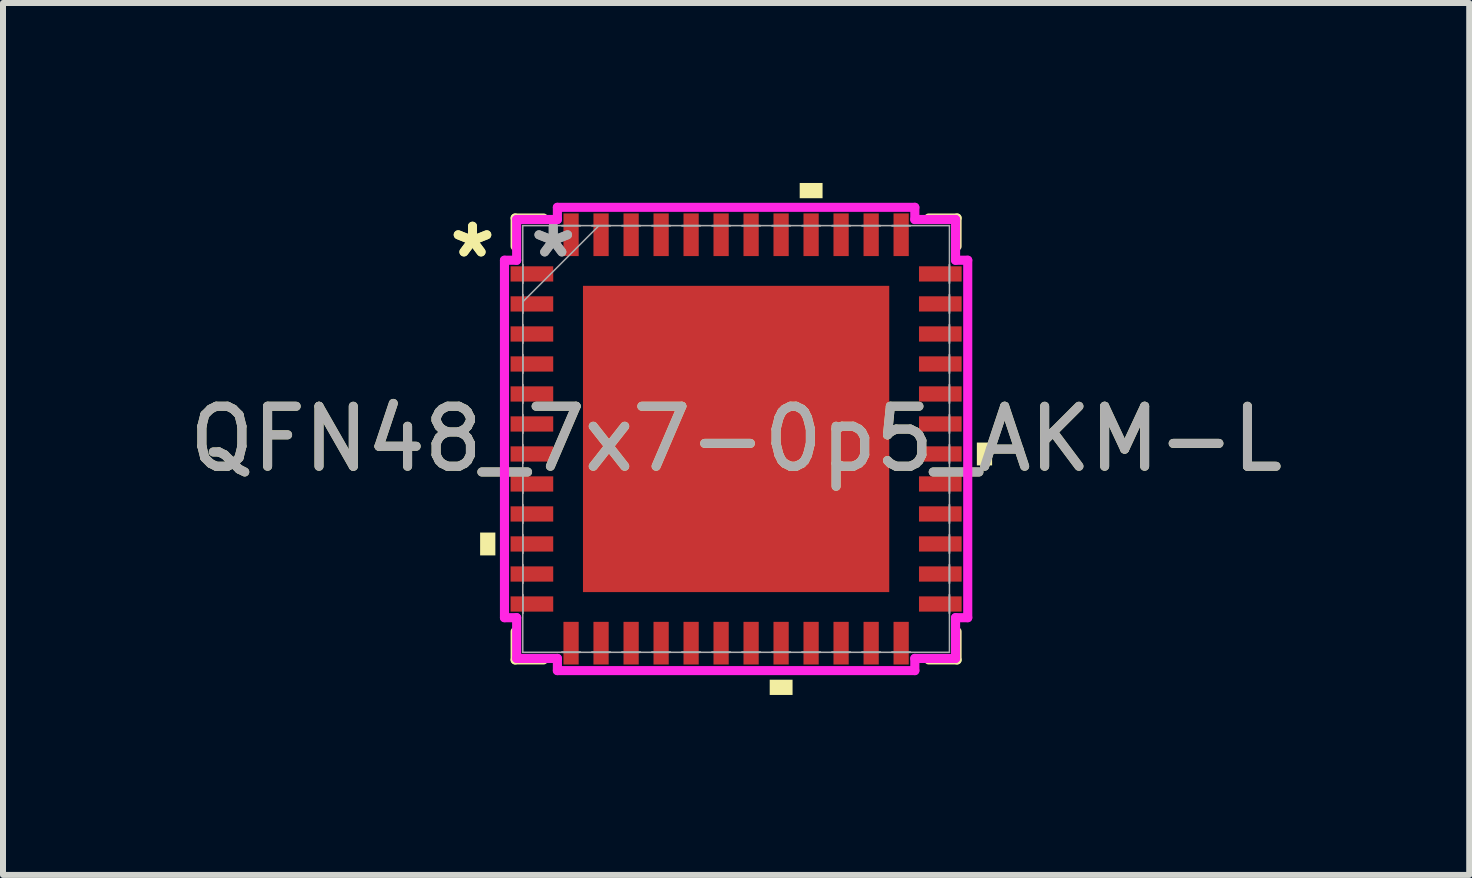
<source format=kicad_pcb>
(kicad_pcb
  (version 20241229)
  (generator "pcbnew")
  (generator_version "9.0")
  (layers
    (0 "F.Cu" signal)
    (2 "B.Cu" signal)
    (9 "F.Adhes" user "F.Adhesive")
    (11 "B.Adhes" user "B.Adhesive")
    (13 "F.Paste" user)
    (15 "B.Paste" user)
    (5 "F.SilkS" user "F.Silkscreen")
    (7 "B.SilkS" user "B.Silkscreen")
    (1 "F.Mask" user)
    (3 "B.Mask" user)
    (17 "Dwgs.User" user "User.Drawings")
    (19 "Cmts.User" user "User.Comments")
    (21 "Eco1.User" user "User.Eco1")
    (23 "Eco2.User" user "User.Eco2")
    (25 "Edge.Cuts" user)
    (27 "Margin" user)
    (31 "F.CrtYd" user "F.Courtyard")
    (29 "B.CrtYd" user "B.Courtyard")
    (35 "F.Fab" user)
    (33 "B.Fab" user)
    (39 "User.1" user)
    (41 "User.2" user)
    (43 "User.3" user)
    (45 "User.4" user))
  (footprint "QFN48_7x7-0p5_AKM-L"
    (layer "F.Cu")
    (at 9.22 4.267)
    (property "Reference" "QFN48_7x7-0p5_AKM-L" (at 0 0 0) (unlocked yes) (layer "F.SilkS") (effects (font (size 1 1) (thickness 0.15))))
    (attr smd)
    (fp_line (start -3.683 -3.683) (end -3.683 -3.21) (stroke (width 0.152) (type solid)) (layer "F.SilkS"))
    (fp_line (start -3.683 3.21) (end -3.683 3.683) (stroke (width 0.152) (type solid)) (layer "F.SilkS"))
    (fp_line (start -3.683 3.683) (end -3.21 3.683) (stroke (width 0.152) (type solid)) (layer "F.SilkS"))
    (fp_line (start -3.21 -3.683) (end -3.683 -3.683) (stroke (width 0.152) (type solid)) (layer "F.SilkS"))
    (fp_line (start 3.21 3.683) (end 3.683 3.683) (stroke (width 0.152) (type solid)) (layer "F.SilkS"))
    (fp_line (start 3.683 -3.683) (end 3.21 -3.683) (stroke (width 0.152) (type solid)) (layer "F.SilkS"))
    (fp_line (start 3.683 -3.21) (end 3.683 -3.683) (stroke (width 0.152) (type solid)) (layer "F.SilkS"))
    (fp_line (start 3.683 3.683) (end 3.683 3.21) (stroke (width 0.152) (type solid)) (layer "F.SilkS"))
    (fp_poly (pts (xy -4.267 1.56) (xy -4.267 1.941) (xy -4.013 1.941) (xy -4.013 1.56)) (stroke (width 0) (type solid)) (fill yes) (layer "F.SilkS"))
    (fp_poly (pts (xy 0.56 4.013) (xy 0.56 4.267) (xy 0.941 4.267) (xy 0.941 4.013)) (stroke (width 0) (type solid)) (fill yes) (layer "F.SilkS"))
    (fp_poly (pts (xy 1.06 -4.013) (xy 1.06 -4.267) (xy 1.441 -4.267) (xy 1.441 -4.013)) (stroke (width 0) (type solid)) (fill yes) (layer "F.SilkS"))
    (fp_poly (pts (xy 4.267 0.06) (xy 4.267 0.441) (xy 4.013 0.441) (xy 4.013 0.06)) (stroke (width 0) (type solid)) (fill yes) (layer "F.SilkS"))
    (fp_poly (pts (xy -2.453 -2.453) (xy -2.453 -1.376) (xy -1.376 -1.376) (xy -1.376 -2.453)) (stroke (width 0) (type solid)) (fill yes) (layer "F.Paste"))
    (fp_poly (pts (xy -2.453 -1.176) (xy -2.453 -0.1) (xy -1.376 -0.1) (xy -1.376 -1.176)) (stroke (width 0) (type solid)) (fill yes) (layer "F.Paste"))
    (fp_poly (pts (xy -2.453 0.1) (xy -2.453 1.176) (xy -1.376 1.176) (xy -1.376 0.1)) (stroke (width 0) (type solid)) (fill yes) (layer "F.Paste"))
    (fp_poly (pts (xy -2.453 1.376) (xy -2.453 2.453) (xy -1.376 2.453) (xy -1.376 1.376)) (stroke (width 0) (type solid)) (fill yes) (layer "F.Paste"))
    (fp_poly (pts (xy -1.176 -2.453) (xy -1.176 -1.376) (xy -0.1 -1.376) (xy -0.1 -2.453)) (stroke (width 0) (type solid)) (fill yes) (layer "F.Paste"))
    (fp_poly (pts (xy -1.176 -1.176) (xy -1.176 -0.1) (xy -0.1 -0.1) (xy -0.1 -1.176)) (stroke (width 0) (type solid)) (fill yes) (layer "F.Paste"))
    (fp_poly (pts (xy -1.176 0.1) (xy -1.176 1.176) (xy -0.1 1.176) (xy -0.1 0.1)) (stroke (width 0) (type solid)) (fill yes) (layer "F.Paste"))
    (fp_poly (pts (xy -1.176 1.376) (xy -1.176 2.453) (xy -0.1 2.453) (xy -0.1 1.376)) (stroke (width 0) (type solid)) (fill yes) (layer "F.Paste"))
    (fp_poly (pts (xy 0.1 -2.453) (xy 0.1 -1.376) (xy 1.176 -1.376) (xy 1.176 -2.453)) (stroke (width 0) (type solid)) (fill yes) (layer "F.Paste"))
    (fp_poly (pts (xy 0.1 -1.176) (xy 0.1 -0.1) (xy 1.176 -0.1) (xy 1.176 -1.176)) (stroke (width 0) (type solid)) (fill yes) (layer "F.Paste"))
    (fp_poly (pts (xy 0.1 0.1) (xy 0.1 1.176) (xy 1.176 1.176) (xy 1.176 0.1)) (stroke (width 0) (type solid)) (fill yes) (layer "F.Paste"))
    (fp_poly (pts (xy 0.1 1.376) (xy 0.1 2.453) (xy 1.176 2.453) (xy 1.176 1.376)) (stroke (width 0) (type solid)) (fill yes) (layer "F.Paste"))
    (fp_poly (pts (xy 1.376 -2.453) (xy 1.376 -1.376) (xy 2.453 -1.376) (xy 2.453 -2.453)) (stroke (width 0) (type solid)) (fill yes) (layer "F.Paste"))
    (fp_poly (pts (xy 1.376 -1.176) (xy 1.376 -0.1) (xy 2.453 -0.1) (xy 2.453 -1.176)) (stroke (width 0) (type solid)) (fill yes) (layer "F.Paste"))
    (fp_poly (pts (xy 1.376 0.1) (xy 1.376 1.176) (xy 2.453 1.176) (xy 2.453 0.1)) (stroke (width 0) (type solid)) (fill yes) (layer "F.Paste"))
    (fp_poly (pts (xy 1.376 1.376) (xy 1.376 2.453) (xy 2.453 2.453) (xy 2.453 1.376)) (stroke (width 0) (type solid)) (fill yes) (layer "F.Paste"))
    (fp_line (start -3.861 -2.979) (end -3.658 -2.979) (stroke (width 0.152) (type solid)) (layer "F.CrtYd"))
    (fp_line (start -3.861 2.979) (end -3.861 -2.979) (stroke (width 0.152) (type solid)) (layer "F.CrtYd"))
    (fp_line (start -3.658 -3.658) (end -2.979 -3.658) (stroke (width 0.152) (type solid)) (layer "F.CrtYd"))
    (fp_line (start -3.658 -2.979) (end -3.658 -3.658) (stroke (width 0.152) (type solid)) (layer "F.CrtYd"))
    (fp_line (start -3.658 2.979) (end -3.861 2.979) (stroke (width 0.152) (type solid)) (layer "F.CrtYd"))
    (fp_line (start -3.658 3.658) (end -3.658 2.979) (stroke (width 0.152) (type solid)) (layer "F.CrtYd"))
    (fp_line (start -2.979 -3.861) (end 2.979 -3.861) (stroke (width 0.152) (type solid)) (layer "F.CrtYd"))
    (fp_line (start -2.979 -3.658) (end -2.979 -3.861) (stroke (width 0.152) (type solid)) (layer "F.CrtYd"))
    (fp_line (start -2.979 3.658) (end -3.658 3.658) (stroke (width 0.152) (type solid)) (layer "F.CrtYd"))
    (fp_line (start -2.979 3.861) (end -2.979 3.658) (stroke (width 0.152) (type solid)) (layer "F.CrtYd"))
    (fp_line (start 2.979 -3.861) (end 2.979 -3.658) (stroke (width 0.152) (type solid)) (layer "F.CrtYd"))
    (fp_line (start 2.979 -3.658) (end 3.658 -3.658) (stroke (width 0.152) (type solid)) (layer "F.CrtYd"))
    (fp_line (start 2.979 3.658) (end 2.979 3.861) (stroke (width 0.152) (type solid)) (layer "F.CrtYd"))
    (fp_line (start 2.979 3.861) (end -2.979 3.861) (stroke (width 0.152) (type solid)) (layer "F.CrtYd"))
    (fp_line (start 3.658 -3.658) (end 3.658 -2.979) (stroke (width 0.152) (type solid)) (layer "F.CrtYd"))
    (fp_line (start 3.658 -2.979) (end 3.861 -2.979) (stroke (width 0.152) (type solid)) (layer "F.CrtYd"))
    (fp_line (start 3.658 2.979) (end 3.658 3.658) (stroke (width 0.152) (type solid)) (layer "F.CrtYd"))
    (fp_line (start 3.658 3.658) (end 2.979 3.658) (stroke (width 0.152) (type solid)) (layer "F.CrtYd"))
    (fp_line (start 3.861 -2.979) (end 3.861 2.979) (stroke (width 0.152) (type solid)) (layer "F.CrtYd"))
    (fp_line (start 3.861 2.979) (end 3.658 2.979) (stroke (width 0.152) (type solid)) (layer "F.CrtYd"))
    (fp_line (start -3.556 -3.556) (end -3.556 -3.556) (stroke (width 0.025) (type solid)) (layer "F.Fab"))
    (fp_line (start -3.556 -3.556) (end -3.556 3.556) (stroke (width 0.025) (type solid)) (layer "F.Fab"))
    (fp_line (start -3.556 -2.903) (end -3.556 -2.903) (stroke (width 0.025) (type solid)) (layer "F.Fab"))
    (fp_line (start -3.556 -2.903) (end -3.556 -2.598) (stroke (width 0.025) (type solid)) (layer "F.Fab"))
    (fp_line (start -3.556 -2.598) (end -3.556 -2.903) (stroke (width 0.025) (type solid)) (layer "F.Fab"))
    (fp_line (start -3.556 -2.598) (end -3.556 -2.598) (stroke (width 0.025) (type solid)) (layer "F.Fab"))
    (fp_line (start -3.556 -2.403) (end -3.556 -2.403) (stroke (width 0.025) (type solid)) (layer "F.Fab"))
    (fp_line (start -3.556 -2.403) (end -3.556 -2.098) (stroke (width 0.025) (type solid)) (layer "F.Fab"))
    (fp_line (start -3.556 -2.286) (end -2.286 -3.556) (stroke (width 0.025) (type solid)) (layer "F.Fab"))
    (fp_line (start -3.556 -2.098) (end -3.556 -2.403) (stroke (width 0.025) (type solid)) (layer "F.Fab"))
    (fp_line (start -3.556 -2.098) (end -3.556 -2.098) (stroke (width 0.025) (type solid)) (layer "F.Fab"))
    (fp_line (start -3.556 -1.903) (end -3.556 -1.903) (stroke (width 0.025) (type solid)) (layer "F.Fab"))
    (fp_line (start -3.556 -1.903) (end -3.556 -1.598) (stroke (width 0.025) (type solid)) (layer "F.Fab"))
    (fp_line (start -3.556 -1.598) (end -3.556 -1.903) (stroke (width 0.025) (type solid)) (layer "F.Fab"))
    (fp_line (start -3.556 -1.598) (end -3.556 -1.598) (stroke (width 0.025) (type solid)) (layer "F.Fab"))
    (fp_line (start -3.556 -1.403) (end -3.556 -1.403) (stroke (width 0.025) (type solid)) (layer "F.Fab"))
    (fp_line (start -3.556 -1.403) (end -3.556 -1.098) (stroke (width 0.025) (type solid)) (layer "F.Fab"))
    (fp_line (start -3.556 -1.098) (end -3.556 -1.403) (stroke (width 0.025) (type solid)) (layer "F.Fab"))
    (fp_line (start -3.556 -1.098) (end -3.556 -1.098) (stroke (width 0.025) (type solid)) (layer "F.Fab"))
    (fp_line (start -3.556 -0.903) (end -3.556 -0.903) (stroke (width 0.025) (type solid)) (layer "F.Fab"))
    (fp_line (start -3.556 -0.903) (end -3.556 -0.598) (stroke (width 0.025) (type solid)) (layer "F.Fab"))
    (fp_line (start -3.556 -0.598) (end -3.556 -0.903) (stroke (width 0.025) (type solid)) (layer "F.Fab"))
    (fp_line (start -3.556 -0.598) (end -3.556 -0.598) (stroke (width 0.025) (type solid)) (layer "F.Fab"))
    (fp_line (start -3.556 -0.402) (end -3.556 -0.402) (stroke (width 0.025) (type solid)) (layer "F.Fab"))
    (fp_line (start -3.556 -0.402) (end -3.556 -0.098) (stroke (width 0.025) (type solid)) (layer "F.Fab"))
    (fp_line (start -3.556 -0.098) (end -3.556 -0.402) (stroke (width 0.025) (type solid)) (layer "F.Fab"))
    (fp_line (start -3.556 -0.098) (end -3.556 -0.098) (stroke (width 0.025) (type solid)) (layer "F.Fab"))
    (fp_line (start -3.556 0.098) (end -3.556 0.098) (stroke (width 0.025) (type solid)) (layer "F.Fab"))
    (fp_line (start -3.556 0.098) (end -3.556 0.402) (stroke (width 0.025) (type solid)) (layer "F.Fab"))
    (fp_line (start -3.556 0.402) (end -3.556 0.098) (stroke (width 0.025) (type solid)) (layer "F.Fab"))
    (fp_line (start -3.556 0.402) (end -3.556 0.402) (stroke (width 0.025) (type solid)) (layer "F.Fab"))
    (fp_line (start -3.556 0.598) (end -3.556 0.598) (stroke (width 0.025) (type solid)) (layer "F.Fab"))
    (fp_line (start -3.556 0.598) (end -3.556 0.903) (stroke (width 0.025) (type solid)) (layer "F.Fab"))
    (fp_line (start -3.556 0.903) (end -3.556 0.598) (stroke (width 0.025) (type solid)) (layer "F.Fab"))
    (fp_line (start -3.556 0.903) (end -3.556 0.903) (stroke (width 0.025) (type solid)) (layer "F.Fab"))
    (fp_line (start -3.556 1.098) (end -3.556 1.098) (stroke (width 0.025) (type solid)) (layer "F.Fab"))
    (fp_line (start -3.556 1.098) (end -3.556 1.403) (stroke (width 0.025) (type solid)) (layer "F.Fab"))
    (fp_line (start -3.556 1.403) (end -3.556 1.098) (stroke (width 0.025) (type solid)) (layer "F.Fab"))
    (fp_line (start -3.556 1.403) (end -3.556 1.403) (stroke (width 0.025) (type solid)) (layer "F.Fab"))
    (fp_line (start -3.556 1.598) (end -3.556 1.598) (stroke (width 0.025) (type solid)) (layer "F.Fab"))
    (fp_line (start -3.556 1.598) (end -3.556 1.903) (stroke (width 0.025) (type solid)) (layer "F.Fab"))
    (fp_line (start -3.556 1.903) (end -3.556 1.598) (stroke (width 0.025) (type solid)) (layer "F.Fab"))
    (fp_line (start -3.556 1.903) (end -3.556 1.903) (stroke (width 0.025) (type solid)) (layer "F.Fab"))
    (fp_line (start -3.556 2.098) (end -3.556 2.098) (stroke (width 0.025) (type solid)) (layer "F.Fab"))
    (fp_line (start -3.556 2.098) (end -3.556 2.403) (stroke (width 0.025) (type solid)) (layer "F.Fab"))
    (fp_line (start -3.556 2.403) (end -3.556 2.098) (stroke (width 0.025) (type solid)) (layer "F.Fab"))
    (fp_line (start -3.556 2.403) (end -3.556 2.403) (stroke (width 0.025) (type solid)) (layer "F.Fab"))
    (fp_line (start -3.556 2.598) (end -3.556 2.598) (stroke (width 0.025) (type solid)) (layer "F.Fab"))
    (fp_line (start -3.556 2.598) (end -3.556 2.903) (stroke (width 0.025) (type solid)) (layer "F.Fab"))
    (fp_line (start -3.556 2.903) (end -3.556 2.598) (stroke (width 0.025) (type solid)) (layer "F.Fab"))
    (fp_line (start -3.556 2.903) (end -3.556 2.903) (stroke (width 0.025) (type solid)) (layer "F.Fab"))
    (fp_line (start -3.556 3.556) (end -3.556 3.556) (stroke (width 0.025) (type solid)) (layer "F.Fab"))
    (fp_line (start -3.556 3.556) (end 3.556 3.556) (stroke (width 0.025) (type solid)) (layer "F.Fab"))
    (fp_line (start -2.903 -3.556) (end -2.903 -3.556) (stroke (width 0.025) (type solid)) (layer "F.Fab"))
    (fp_line (start -2.903 -3.556) (end -2.598 -3.556) (stroke (width 0.025) (type solid)) (layer "F.Fab"))
    (fp_line (start -2.903 3.556) (end -2.903 3.556) (stroke (width 0.025) (type solid)) (layer "F.Fab"))
    (fp_line (start -2.903 3.556) (end -2.598 3.556) (stroke (width 0.025) (type solid)) (layer "F.Fab"))
    (fp_line (start -2.598 -3.556) (end -2.903 -3.556) (stroke (width 0.025) (type solid)) (layer "F.Fab"))
    (fp_line (start -2.598 -3.556) (end -2.598 -3.556) (stroke (width 0.025) (type solid)) (layer "F.Fab"))
    (fp_line (start -2.598 3.556) (end -2.903 3.556) (stroke (width 0.025) (type solid)) (layer "F.Fab"))
    (fp_line (start -2.598 3.556) (end -2.598 3.556) (stroke (width 0.025) (type solid)) (layer "F.Fab"))
    (fp_line (start -2.403 -3.556) (end -2.403 -3.556) (stroke (width 0.025) (type solid)) (layer "F.Fab"))
    (fp_line (start -2.403 -3.556) (end -2.098 -3.556) (stroke (width 0.025) (type solid)) (layer "F.Fab"))
    (fp_line (start -2.403 3.556) (end -2.403 3.556) (stroke (width 0.025) (type solid)) (layer "F.Fab"))
    (fp_line (start -2.403 3.556) (end -2.098 3.556) (stroke (width 0.025) (type solid)) (layer "F.Fab"))
    (fp_line (start -2.098 -3.556) (end -2.403 -3.556) (stroke (width 0.025) (type solid)) (layer "F.Fab"))
    (fp_line (start -2.098 -3.556) (end -2.098 -3.556) (stroke (width 0.025) (type solid)) (layer "F.Fab"))
    (fp_line (start -2.098 3.556) (end -2.403 3.556) (stroke (width 0.025) (type solid)) (layer "F.Fab"))
    (fp_line (start -2.098 3.556) (end -2.098 3.556) (stroke (width 0.025) (type solid)) (layer "F.Fab"))
    (fp_line (start -1.903 -3.556) (end -1.903 -3.556) (stroke (width 0.025) (type solid)) (layer "F.Fab"))
    (fp_line (start -1.903 -3.556) (end -1.598 -3.556) (stroke (width 0.025) (type solid)) (layer "F.Fab"))
    (fp_line (start -1.903 3.556) (end -1.903 3.556) (stroke (width 0.025) (type solid)) (layer "F.Fab"))
    (fp_line (start -1.903 3.556) (end -1.598 3.556) (stroke (width 0.025) (type solid)) (layer "F.Fab"))
    (fp_line (start -1.598 -3.556) (end -1.903 -3.556) (stroke (width 0.025) (type solid)) (layer "F.Fab"))
    (fp_line (start -1.598 -3.556) (end -1.598 -3.556) (stroke (width 0.025) (type solid)) (layer "F.Fab"))
    (fp_line (start -1.598 3.556) (end -1.903 3.556) (stroke (width 0.025) (type solid)) (layer "F.Fab"))
    (fp_line (start -1.598 3.556) (end -1.598 3.556) (stroke (width 0.025) (type solid)) (layer "F.Fab"))
    (fp_line (start -1.403 -3.556) (end -1.403 -3.556) (stroke (width 0.025) (type solid)) (layer "F.Fab"))
    (fp_line (start -1.403 -3.556) (end -1.098 -3.556) (stroke (width 0.025) (type solid)) (layer "F.Fab"))
    (fp_line (start -1.403 3.556) (end -1.403 3.556) (stroke (width 0.025) (type solid)) (layer "F.Fab"))
    (fp_line (start -1.403 3.556) (end -1.098 3.556) (stroke (width 0.025) (type solid)) (layer "F.Fab"))
    (fp_line (start -1.098 -3.556) (end -1.403 -3.556) (stroke (width 0.025) (type solid)) (layer "F.Fab"))
    (fp_line (start -1.098 -3.556) (end -1.098 -3.556) (stroke (width 0.025) (type solid)) (layer "F.Fab"))
    (fp_line (start -1.098 3.556) (end -1.403 3.556) (stroke (width 0.025) (type solid)) (layer "F.Fab"))
    (fp_line (start -1.098 3.556) (end -1.098 3.556) (stroke (width 0.025) (type solid)) (layer "F.Fab"))
    (fp_line (start -0.903 -3.556) (end -0.903 -3.556) (stroke (width 0.025) (type solid)) (layer "F.Fab"))
    (fp_line (start -0.903 -3.556) (end -0.598 -3.556) (stroke (width 0.025) (type solid)) (layer "F.Fab"))
    (fp_line (start -0.903 3.556) (end -0.903 3.556) (stroke (width 0.025) (type solid)) (layer "F.Fab"))
    (fp_line (start -0.903 3.556) (end -0.598 3.556) (stroke (width 0.025) (type solid)) (layer "F.Fab"))
    (fp_line (start -0.598 -3.556) (end -0.903 -3.556) (stroke (width 0.025) (type solid)) (layer "F.Fab"))
    (fp_line (start -0.598 -3.556) (end -0.598 -3.556) (stroke (width 0.025) (type solid)) (layer "F.Fab"))
    (fp_line (start -0.598 3.556) (end -0.903 3.556) (stroke (width 0.025) (type solid)) (layer "F.Fab"))
    (fp_line (start -0.598 3.556) (end -0.598 3.556) (stroke (width 0.025) (type solid)) (layer "F.Fab"))
    (fp_line (start -0.402 -3.556) (end -0.402 -3.556) (stroke (width 0.025) (type solid)) (layer "F.Fab"))
    (fp_line (start -0.402 -3.556) (end -0.098 -3.556) (stroke (width 0.025) (type solid)) (layer "F.Fab"))
    (fp_line (start -0.402 3.556) (end -0.402 3.556) (stroke (width 0.025) (type solid)) (layer "F.Fab"))
    (fp_line (start -0.402 3.556) (end -0.098 3.556) (stroke (width 0.025) (type solid)) (layer "F.Fab"))
    (fp_line (start -0.098 -3.556) (end -0.402 -3.556) (stroke (width 0.025) (type solid)) (layer "F.Fab"))
    (fp_line (start -0.098 -3.556) (end -0.098 -3.556) (stroke (width 0.025) (type solid)) (layer "F.Fab"))
    (fp_line (start -0.098 3.556) (end -0.402 3.556) (stroke (width 0.025) (type solid)) (layer "F.Fab"))
    (fp_line (start -0.098 3.556) (end -0.098 3.556) (stroke (width 0.025) (type solid)) (layer "F.Fab"))
    (fp_line (start 0.098 -3.556) (end 0.098 -3.556) (stroke (width 0.025) (type solid)) (layer "F.Fab"))
    (fp_line (start 0.098 -3.556) (end 0.402 -3.556) (stroke (width 0.025) (type solid)) (layer "F.Fab"))
    (fp_line (start 0.098 3.556) (end 0.098 3.556) (stroke (width 0.025) (type solid)) (layer "F.Fab"))
    (fp_line (start 0.098 3.556) (end 0.402 3.556) (stroke (width 0.025) (type solid)) (layer "F.Fab"))
    (fp_line (start 0.402 -3.556) (end 0.098 -3.556) (stroke (width 0.025) (type solid)) (layer "F.Fab"))
    (fp_line (start 0.402 -3.556) (end 0.402 -3.556) (stroke (width 0.025) (type solid)) (layer "F.Fab"))
    (fp_line (start 0.402 3.556) (end 0.098 3.556) (stroke (width 0.025) (type solid)) (layer "F.Fab"))
    (fp_line (start 0.402 3.556) (end 0.402 3.556) (stroke (width 0.025) (type solid)) (layer "F.Fab"))
    (fp_line (start 0.598 -3.556) (end 0.598 -3.556) (stroke (width 0.025) (type solid)) (layer "F.Fab"))
    (fp_line (start 0.598 -3.556) (end 0.903 -3.556) (stroke (width 0.025) (type solid)) (layer "F.Fab"))
    (fp_line (start 0.598 3.556) (end 0.598 3.556) (stroke (width 0.025) (type solid)) (layer "F.Fab"))
    (fp_line (start 0.598 3.556) (end 0.903 3.556) (stroke (width 0.025) (type solid)) (layer "F.Fab"))
    (fp_line (start 0.903 -3.556) (end 0.598 -3.556) (stroke (width 0.025) (type solid)) (layer "F.Fab"))
    (fp_line (start 0.903 -3.556) (end 0.903 -3.556) (stroke (width 0.025) (type solid)) (layer "F.Fab"))
    (fp_line (start 0.903 3.556) (end 0.598 3.556) (stroke (width 0.025) (type solid)) (layer "F.Fab"))
    (fp_line (start 0.903 3.556) (end 0.903 3.556) (stroke (width 0.025) (type solid)) (layer "F.Fab"))
    (fp_line (start 1.098 -3.556) (end 1.098 -3.556) (stroke (width 0.025) (type solid)) (layer "F.Fab"))
    (fp_line (start 1.098 -3.556) (end 1.403 -3.556) (stroke (width 0.025) (type solid)) (layer "F.Fab"))
    (fp_line (start 1.098 3.556) (end 1.098 3.556) (stroke (width 0.025) (type solid)) (layer "F.Fab"))
    (fp_line (start 1.098 3.556) (end 1.403 3.556) (stroke (width 0.025) (type solid)) (layer "F.Fab"))
    (fp_line (start 1.403 -3.556) (end 1.098 -3.556) (stroke (width 0.025) (type solid)) (layer "F.Fab"))
    (fp_line (start 1.403 -3.556) (end 1.403 -3.556) (stroke (width 0.025) (type solid)) (layer "F.Fab"))
    (fp_line (start 1.403 3.556) (end 1.098 3.556) (stroke (width 0.025) (type solid)) (layer "F.Fab"))
    (fp_line (start 1.403 3.556) (end 1.403 3.556) (stroke (width 0.025) (type solid)) (layer "F.Fab"))
    (fp_line (start 1.598 -3.556) (end 1.598 -3.556) (stroke (width 0.025) (type solid)) (layer "F.Fab"))
    (fp_line (start 1.598 -3.556) (end 1.903 -3.556) (stroke (width 0.025) (type solid)) (layer "F.Fab"))
    (fp_line (start 1.598 3.556) (end 1.598 3.556) (stroke (width 0.025) (type solid)) (layer "F.Fab"))
    (fp_line (start 1.598 3.556) (end 1.903 3.556) (stroke (width 0.025) (type solid)) (layer "F.Fab"))
    (fp_line (start 1.903 -3.556) (end 1.598 -3.556) (stroke (width 0.025) (type solid)) (layer "F.Fab"))
    (fp_line (start 1.903 -3.556) (end 1.903 -3.556) (stroke (width 0.025) (type solid)) (layer "F.Fab"))
    (fp_line (start 1.903 3.556) (end 1.598 3.556) (stroke (width 0.025) (type solid)) (layer "F.Fab"))
    (fp_line (start 1.903 3.556) (end 1.903 3.556) (stroke (width 0.025) (type solid)) (layer "F.Fab"))
    (fp_line (start 2.098 -3.556) (end 2.098 -3.556) (stroke (width 0.025) (type solid)) (layer "F.Fab"))
    (fp_line (start 2.098 -3.556) (end 2.403 -3.556) (stroke (width 0.025) (type solid)) (layer "F.Fab"))
    (fp_line (start 2.098 3.556) (end 2.098 3.556) (stroke (width 0.025) (type solid)) (layer "F.Fab"))
    (fp_line (start 2.098 3.556) (end 2.403 3.556) (stroke (width 0.025) (type solid)) (layer "F.Fab"))
    (fp_line (start 2.403 -3.556) (end 2.098 -3.556) (stroke (width 0.025) (type solid)) (layer "F.Fab"))
    (fp_line (start 2.403 -3.556) (end 2.403 -3.556) (stroke (width 0.025) (type solid)) (layer "F.Fab"))
    (fp_line (start 2.403 3.556) (end 2.098 3.556) (stroke (width 0.025) (type solid)) (layer "F.Fab"))
    (fp_line (start 2.403 3.556) (end 2.403 3.556) (stroke (width 0.025) (type solid)) (layer "F.Fab"))
    (fp_line (start 2.598 -3.556) (end 2.598 -3.556) (stroke (width 0.025) (type solid)) (layer "F.Fab"))
    (fp_line (start 2.598 -3.556) (end 2.903 -3.556) (stroke (width 0.025) (type solid)) (layer "F.Fab"))
    (fp_line (start 2.598 3.556) (end 2.598 3.556) (stroke (width 0.025) (type solid)) (layer "F.Fab"))
    (fp_line (start 2.598 3.556) (end 2.903 3.556) (stroke (width 0.025) (type solid)) (layer "F.Fab"))
    (fp_line (start 2.903 -3.556) (end 2.598 -3.556) (stroke (width 0.025) (type solid)) (layer "F.Fab"))
    (fp_line (start 2.903 -3.556) (end 2.903 -3.556) (stroke (width 0.025) (type solid)) (layer "F.Fab"))
    (fp_line (start 2.903 3.556) (end 2.598 3.556) (stroke (width 0.025) (type solid)) (layer "F.Fab"))
    (fp_line (start 2.903 3.556) (end 2.903 3.556) (stroke (width 0.025) (type solid)) (layer "F.Fab"))
    (fp_line (start 3.556 -3.556) (end -3.556 -3.556) (stroke (width 0.025) (type solid)) (layer "F.Fab"))
    (fp_line (start 3.556 -3.556) (end 3.556 -3.556) (stroke (width 0.025) (type solid)) (layer "F.Fab"))
    (fp_line (start 3.556 -2.903) (end 3.556 -2.903) (stroke (width 0.025) (type solid)) (layer "F.Fab"))
    (fp_line (start 3.556 -2.903) (end 3.556 -2.598) (stroke (width 0.025) (type solid)) (layer "F.Fab"))
    (fp_line (start 3.556 -2.598) (end 3.556 -2.903) (stroke (width 0.025) (type solid)) (layer "F.Fab"))
    (fp_line (start 3.556 -2.598) (end 3.556 -2.598) (stroke (width 0.025) (type solid)) (layer "F.Fab"))
    (fp_line (start 3.556 -2.403) (end 3.556 -2.403) (stroke (width 0.025) (type solid)) (layer "F.Fab"))
    (fp_line (start 3.556 -2.403) (end 3.556 -2.098) (stroke (width 0.025) (type solid)) (layer "F.Fab"))
    (fp_line (start 3.556 -2.098) (end 3.556 -2.403) (stroke (width 0.025) (type solid)) (layer "F.Fab"))
    (fp_line (start 3.556 -2.098) (end 3.556 -2.098) (stroke (width 0.025) (type solid)) (layer "F.Fab"))
    (fp_line (start 3.556 -1.903) (end 3.556 -1.903) (stroke (width 0.025) (type solid)) (layer "F.Fab"))
    (fp_line (start 3.556 -1.903) (end 3.556 -1.598) (stroke (width 0.025) (type solid)) (layer "F.Fab"))
    (fp_line (start 3.556 -1.598) (end 3.556 -1.903) (stroke (width 0.025) (type solid)) (layer "F.Fab"))
    (fp_line (start 3.556 -1.598) (end 3.556 -1.598) (stroke (width 0.025) (type solid)) (layer "F.Fab"))
    (fp_line (start 3.556 -1.403) (end 3.556 -1.403) (stroke (width 0.025) (type solid)) (layer "F.Fab"))
    (fp_line (start 3.556 -1.403) (end 3.556 -1.098) (stroke (width 0.025) (type solid)) (layer "F.Fab"))
    (fp_line (start 3.556 -1.098) (end 3.556 -1.403) (stroke (width 0.025) (type solid)) (layer "F.Fab"))
    (fp_line (start 3.556 -1.098) (end 3.556 -1.098) (stroke (width 0.025) (type solid)) (layer "F.Fab"))
    (fp_line (start 3.556 -0.903) (end 3.556 -0.903) (stroke (width 0.025) (type solid)) (layer "F.Fab"))
    (fp_line (start 3.556 -0.903) (end 3.556 -0.598) (stroke (width 0.025) (type solid)) (layer "F.Fab"))
    (fp_line (start 3.556 -0.598) (end 3.556 -0.903) (stroke (width 0.025) (type solid)) (layer "F.Fab"))
    (fp_line (start 3.556 -0.598) (end 3.556 -0.598) (stroke (width 0.025) (type solid)) (layer "F.Fab"))
    (fp_line (start 3.556 -0.402) (end 3.556 -0.402) (stroke (width 0.025) (type solid)) (layer "F.Fab"))
    (fp_line (start 3.556 -0.402) (end 3.556 -0.098) (stroke (width 0.025) (type solid)) (layer "F.Fab"))
    (fp_line (start 3.556 -0.098) (end 3.556 -0.402) (stroke (width 0.025) (type solid)) (layer "F.Fab"))
    (fp_line (start 3.556 -0.098) (end 3.556 -0.098) (stroke (width 0.025) (type solid)) (layer "F.Fab"))
    (fp_line (start 3.556 0.098) (end 3.556 0.098) (stroke (width 0.025) (type solid)) (layer "F.Fab"))
    (fp_line (start 3.556 0.098) (end 3.556 0.402) (stroke (width 0.025) (type solid)) (layer "F.Fab"))
    (fp_line (start 3.556 0.402) (end 3.556 0.098) (stroke (width 0.025) (type solid)) (layer "F.Fab"))
    (fp_line (start 3.556 0.402) (end 3.556 0.402) (stroke (width 0.025) (type solid)) (layer "F.Fab"))
    (fp_line (start 3.556 0.598) (end 3.556 0.598) (stroke (width 0.025) (type solid)) (layer "F.Fab"))
    (fp_line (start 3.556 0.598) (end 3.556 0.903) (stroke (width 0.025) (type solid)) (layer "F.Fab"))
    (fp_line (start 3.556 0.903) (end 3.556 0.598) (stroke (width 0.025) (type solid)) (layer "F.Fab"))
    (fp_line (start 3.556 0.903) (end 3.556 0.903) (stroke (width 0.025) (type solid)) (layer "F.Fab"))
    (fp_line (start 3.556 1.098) (end 3.556 1.098) (stroke (width 0.025) (type solid)) (layer "F.Fab"))
    (fp_line (start 3.556 1.098) (end 3.556 1.403) (stroke (width 0.025) (type solid)) (layer "F.Fab"))
    (fp_line (start 3.556 1.403) (end 3.556 1.098) (stroke (width 0.025) (type solid)) (layer "F.Fab"))
    (fp_line (start 3.556 1.403) (end 3.556 1.403) (stroke (width 0.025) (type solid)) (layer "F.Fab"))
    (fp_line (start 3.556 1.598) (end 3.556 1.598) (stroke (width 0.025) (type solid)) (layer "F.Fab"))
    (fp_line (start 3.556 1.598) (end 3.556 1.903) (stroke (width 0.025) (type solid)) (layer "F.Fab"))
    (fp_line (start 3.556 1.903) (end 3.556 1.598) (stroke (width 0.025) (type solid)) (layer "F.Fab"))
    (fp_line (start 3.556 1.903) (end 3.556 1.903) (stroke (width 0.025) (type solid)) (layer "F.Fab"))
    (fp_line (start 3.556 2.098) (end 3.556 2.098) (stroke (width 0.025) (type solid)) (layer "F.Fab"))
    (fp_line (start 3.556 2.098) (end 3.556 2.403) (stroke (width 0.025) (type solid)) (layer "F.Fab"))
    (fp_line (start 3.556 2.403) (end 3.556 2.098) (stroke (width 0.025) (type solid)) (layer "F.Fab"))
    (fp_line (start 3.556 2.403) (end 3.556 2.403) (stroke (width 0.025) (type solid)) (layer "F.Fab"))
    (fp_line (start 3.556 2.598) (end 3.556 2.598) (stroke (width 0.025) (type solid)) (layer "F.Fab"))
    (fp_line (start 3.556 2.598) (end 3.556 2.903) (stroke (width 0.025) (type solid)) (layer "F.Fab"))
    (fp_line (start 3.556 2.903) (end 3.556 2.598) (stroke (width 0.025) (type solid)) (layer "F.Fab"))
    (fp_line (start 3.556 2.903) (end 3.556 2.903) (stroke (width 0.025) (type solid)) (layer "F.Fab"))
    (fp_line (start 3.556 3.556) (end 3.556 -3.556) (stroke (width 0.025) (type solid)) (layer "F.Fab"))
    (fp_line (start 3.556 3.556) (end 3.556 3.556) (stroke (width 0.025) (type solid)) (layer "F.Fab"))
    (fp_text user "*" (at -4.394 -3.001 0) (unlocked yes) (layer "F.SilkS") (effects (font (size 1 1) (thickness 0.15))))
    (fp_text user "*" (at -4.394 -3.001 0) (layer "F.SilkS") (effects (font (size 1 1) (thickness 0.15))))
    (fp_text user "${REFERENCE}" (at 0 0 0) (unlocked yes) (layer "F.Fab") (effects (font (size 1 1) (thickness 0.15))))
    (fp_text user "*" (at -3.048 -3.001 0) (unlocked yes) (layer "F.Fab") (effects (font (size 1 1) (thickness 0.15))))
    (fp_text user "*" (at -3.048 -3.001 0) (layer "F.Fab") (effects (font (size 1 1) (thickness 0.15))))
    (pad "1" smd rect (at -3.404 -2.751 90) (size 0.254 0.711) (layers "F.Cu" "F.Mask" "F.Paste"))
    (pad "2" smd rect (at -3.404 -2.251 90) (size 0.254 0.711) (layers "F.Cu" "F.Mask" "F.Paste"))
    (pad "3" smd rect (at -3.404 -1.75 90) (size 0.254 0.711) (layers "F.Cu" "F.Mask" "F.Paste"))
    (pad "4" smd rect (at -3.404 -1.25 90) (size 0.254 0.711) (layers "F.Cu" "F.Mask" "F.Paste"))
    (pad "5" smd rect (at -3.404 -0.75 90) (size 0.254 0.711) (layers "F.Cu" "F.Mask" "F.Paste"))
    (pad "6" smd rect (at -3.404 -0.25 90) (size 0.254 0.711) (layers "F.Cu" "F.Mask" "F.Paste"))
    (pad "7" smd rect (at -3.404 0.25 90) (size 0.254 0.711) (layers "F.Cu" "F.Mask" "F.Paste"))
    (pad "8" smd rect (at -3.404 0.75 90) (size 0.254 0.711) (layers "F.Cu" "F.Mask" "F.Paste"))
    (pad "9" smd rect (at -3.404 1.25 90) (size 0.254 0.711) (layers "F.Cu" "F.Mask" "F.Paste"))
    (pad "10" smd rect (at -3.404 1.75 90) (size 0.254 0.711) (layers "F.Cu" "F.Mask" "F.Paste"))
    (pad "11" smd rect (at -3.404 2.251 90) (size 0.254 0.711) (layers "F.Cu" "F.Mask" "F.Paste"))
    (pad "12" smd rect (at -3.404 2.751 90) (size 0.254 0.711) (layers "F.Cu" "F.Mask" "F.Paste"))
    (pad "13" smd rect (at -2.751 3.404) (size 0.254 0.711) (layers "F.Cu" "F.Mask" "F.Paste"))
    (pad "14" smd rect (at -2.251 3.404) (size 0.254 0.711) (layers "F.Cu" "F.Mask" "F.Paste"))
    (pad "15" smd rect (at -1.75 3.404) (size 0.254 0.711) (layers "F.Cu" "F.Mask" "F.Paste"))
    (pad "16" smd rect (at -1.25 3.404) (size 0.254 0.711) (layers "F.Cu" "F.Mask" "F.Paste"))
    (pad "17" smd rect (at -0.75 3.404) (size 0.254 0.711) (layers "F.Cu" "F.Mask" "F.Paste"))
    (pad "18" smd rect (at -0.25 3.404) (size 0.254 0.711) (layers "F.Cu" "F.Mask" "F.Paste"))
    (pad "19" smd rect (at 0.25 3.404) (size 0.254 0.711) (layers "F.Cu" "F.Mask" "F.Paste"))
    (pad "20" smd rect (at 0.75 3.404) (size 0.254 0.711) (layers "F.Cu" "F.Mask" "F.Paste"))
    (pad "21" smd rect (at 1.25 3.404) (size 0.254 0.711) (layers "F.Cu" "F.Mask" "F.Paste"))
    (pad "22" smd rect (at 1.75 3.404) (size 0.254 0.711) (layers "F.Cu" "F.Mask" "F.Paste"))
    (pad "23" smd rect (at 2.251 3.404) (size 0.254 0.711) (layers "F.Cu" "F.Mask" "F.Paste"))
    (pad "24" smd rect (at 2.751 3.404) (size 0.254 0.711) (layers "F.Cu" "F.Mask" "F.Paste"))
    (pad "25" smd rect (at 3.404 2.751 90) (size 0.254 0.711) (layers "F.Cu" "F.Mask" "F.Paste"))
    (pad "26" smd rect (at 3.404 2.251 90) (size 0.254 0.711) (layers "F.Cu" "F.Mask" "F.Paste"))
    (pad "27" smd rect (at 3.404 1.75 90) (size 0.254 0.711) (layers "F.Cu" "F.Mask" "F.Paste"))
    (pad "28" smd rect (at 3.404 1.25 90) (size 0.254 0.711) (layers "F.Cu" "F.Mask" "F.Paste"))
    (pad "29" smd rect (at 3.404 0.75 90) (size 0.254 0.711) (layers "F.Cu" "F.Mask" "F.Paste"))
    (pad "30" smd rect (at 3.404 0.25 90) (size 0.254 0.711) (layers "F.Cu" "F.Mask" "F.Paste"))
    (pad "31" smd rect (at 3.404 -0.25 90) (size 0.254 0.711) (layers "F.Cu" "F.Mask" "F.Paste"))
    (pad "32" smd rect (at 3.404 -0.75 90) (size 0.254 0.711) (layers "F.Cu" "F.Mask" "F.Paste"))
    (pad "33" smd rect (at 3.404 -1.25 90) (size 0.254 0.711) (layers "F.Cu" "F.Mask" "F.Paste"))
    (pad "34" smd rect (at 3.404 -1.75 90) (size 0.254 0.711) (layers "F.Cu" "F.Mask" "F.Paste"))
    (pad "35" smd rect (at 3.404 -2.251 90) (size 0.254 0.711) (layers "F.Cu" "F.Mask" "F.Paste"))
    (pad "36" smd rect (at 3.404 -2.751 90) (size 0.254 0.711) (layers "F.Cu" "F.Mask" "F.Paste"))
    (pad "37" smd rect (at 2.751 -3.404) (size 0.254 0.711) (layers "F.Cu" "F.Mask" "F.Paste"))
    (pad "38" smd rect (at 2.251 -3.404) (size 0.254 0.711) (layers "F.Cu" "F.Mask" "F.Paste"))
    (pad "39" smd rect (at 1.75 -3.404) (size 0.254 0.711) (layers "F.Cu" "F.Mask" "F.Paste"))
    (pad "40" smd rect (at 1.25 -3.404) (size 0.254 0.711) (layers "F.Cu" "F.Mask" "F.Paste"))
    (pad "41" smd rect (at 0.75 -3.404) (size 0.254 0.711) (layers "F.Cu" "F.Mask" "F.Paste"))
    (pad "42" smd rect (at 0.25 -3.404) (size 0.254 0.711) (layers "F.Cu" "F.Mask" "F.Paste"))
    (pad "43" smd rect (at -0.25 -3.404) (size 0.254 0.711) (layers "F.Cu" "F.Mask" "F.Paste"))
    (pad "44" smd rect (at -0.75 -3.404) (size 0.254 0.711) (layers "F.Cu" "F.Mask" "F.Paste"))
    (pad "45" smd rect (at -1.25 -3.404) (size 0.254 0.711) (layers "F.Cu" "F.Mask" "F.Paste"))
    (pad "46" smd rect (at -1.75 -3.404) (size 0.254 0.711) (layers "F.Cu" "F.Mask" "F.Paste"))
    (pad "47" smd rect (at -2.251 -3.404) (size 0.254 0.711) (layers "F.Cu" "F.Mask" "F.Paste"))
    (pad "48" smd rect (at -2.751 -3.404) (size 0.254 0.711) (layers "F.Cu" "F.Mask" "F.Paste"))
    (pad "49" smd rect (at 0 0) (size 5.105 5.105) (layers "F.Cu" "F.Mask" "F.Paste")))
  (gr_rect
    (start -3 -3)
    (end 21.44 11.534)
    (stroke (width 0.1) (type default))
    (fill no)
    (layer "Edge.Cuts")))
</source>
